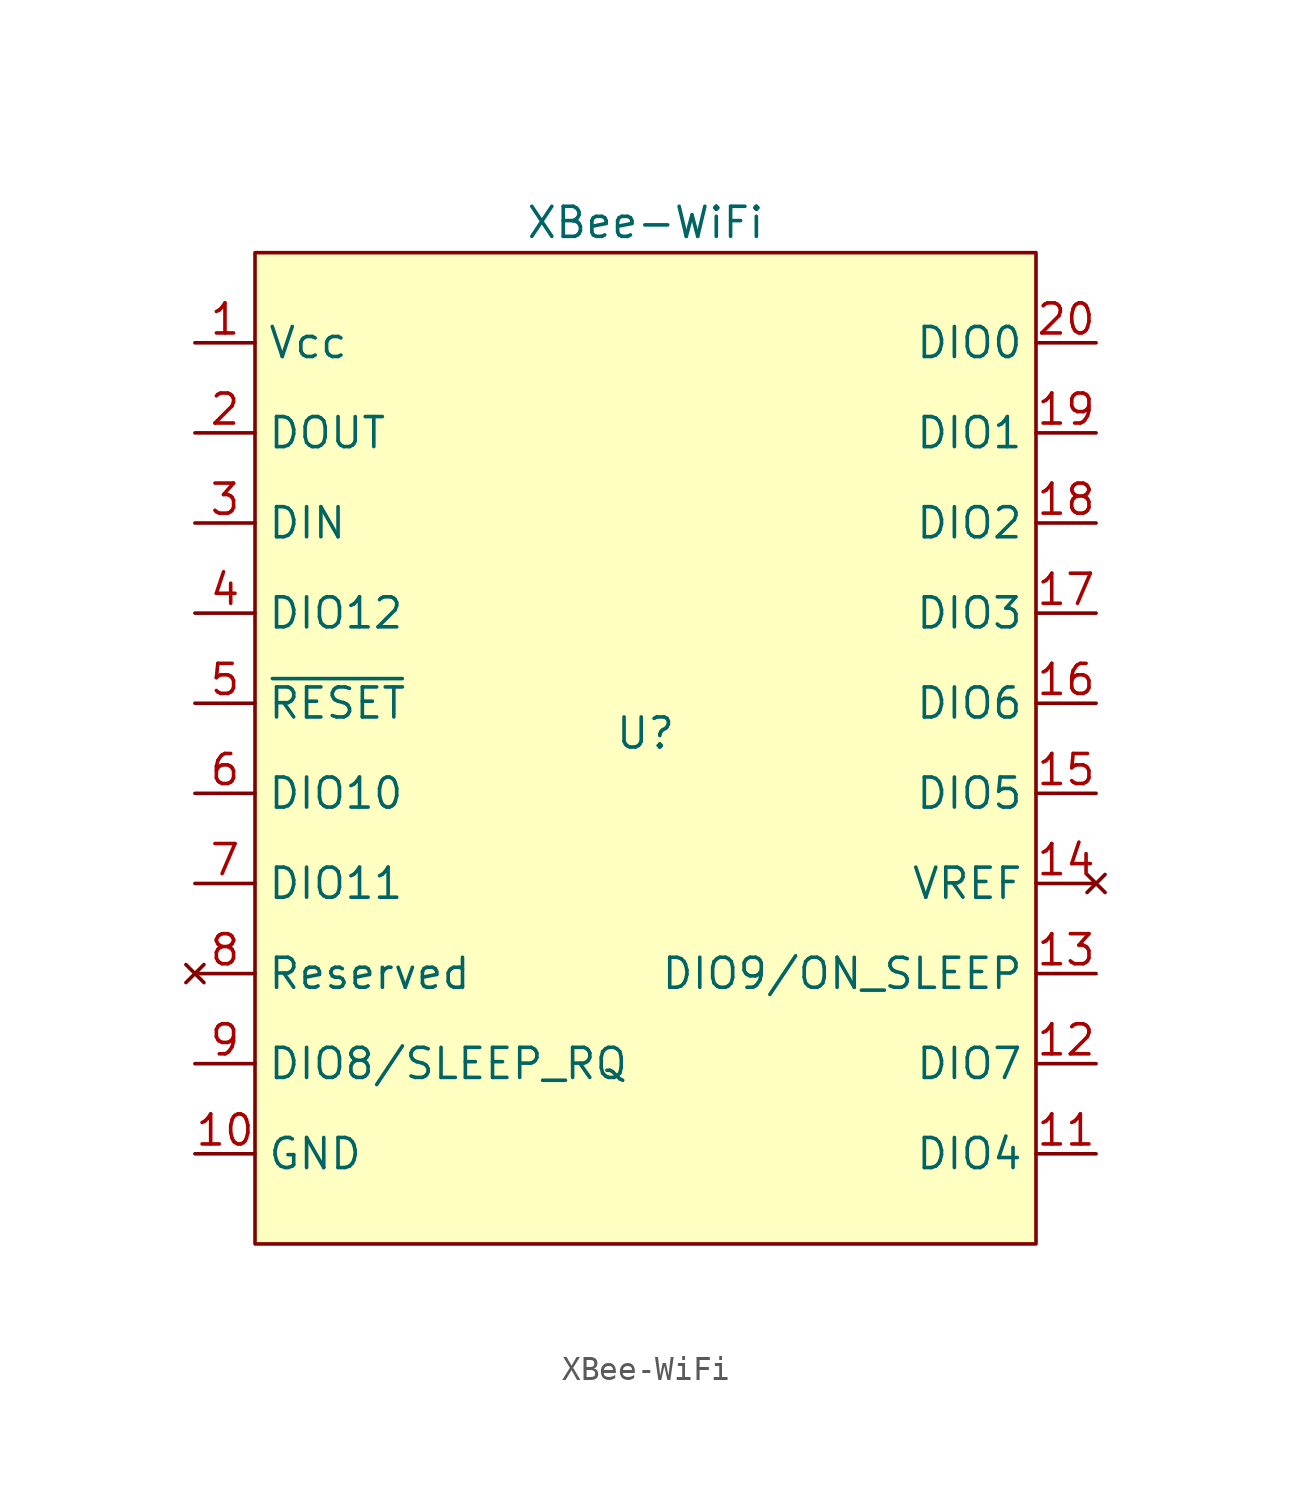
<source format=kicad_sym>
(kicad_symbol_lib
  (version 20211014)
  (generator kicad_symbol_editor)
  (symbol "XBee-WiFi"
    (property "Reference" "U"
      (at 0 0 0)
      (effects (font (size 1.27 1.27))))
    (property "Value" "XBee-WiFi"
      (at 0 21.59 0)
      (effects (font (size 1.27 1.27))))
    (symbol "XBee-WiFi_0_1"
      (rectangle (start -16.51 20.32) (end 16.51 -21.59) (stroke (width 0) (type default) (color 0 0 0 0)) (fill (type background))))
    (symbol "XBee-WiFi_1_1"
      (pin power_in line (at -19.05 16.51 0) (length 2.54) (name "Vcc" (effects (font (size 1.27 1.27)))) (number "1" (effects (font (size 1.27 1.27)))))
      (pin power_in line (at -19.05 -17.78 0) (length 2.54) (name "GND" (effects (font (size 1.27 1.27)))) (number "10" (effects (font (size 1.27 1.27)))))
      (pin output line (at 19.05 -17.78 180) (length 2.54) (name "DIO4" (effects (font (size 1.27 1.27)))) (number "11" (effects (font (size 1.27 1.27)))))
      (pin output line (at 19.05 -13.97 180) (length 2.54) (name "DIO7" (effects (font (size 1.27 1.27)))) (number "12" (effects (font (size 1.27 1.27)))))
      (pin output line (at 19.05 -10.16 180) (length 2.54) (name "DIO9/ON_SLEEP" (effects (font (size 1.27 1.27)))) (number "13" (effects (font (size 1.27 1.27)))))
      (pin no_connect line (at 19.05 -6.35 180) (length 2.54) (name "VREF" (effects (font (size 1.27 1.27)))) (number "14" (effects (font (size 1.27 1.27)))))
      (pin input line (at 19.05 -2.54 180) (length 2.54) (name "DIO5" (effects (font (size 1.27 1.27)))) (number "15" (effects (font (size 1.27 1.27)))))
      (pin input line (at 19.05 1.27 180) (length 2.54) (name "DIO6" (effects (font (size 1.27 1.27)))) (number "16" (effects (font (size 1.27 1.27)))))
      (pin input line (at 19.05 5.08 180) (length 2.54) (name "DIO3" (effects (font (size 1.27 1.27)))) (number "17" (effects (font (size 1.27 1.27)))))
      (pin input line (at 19.05 8.89 180) (length 2.54) (name "DIO2" (effects (font (size 1.27 1.27)))) (number "18" (effects (font (size 1.27 1.27)))))
      (pin input line (at 19.05 12.7 180) (length 2.54) (name "DIO1" (effects (font (size 1.27 1.27)))) (number "19" (effects (font (size 1.27 1.27)))))
      (pin output line (at -19.05 12.7 0) (length 2.54) (name "DOUT	" (effects (font (size 1.27 1.27)))) (number "2" (effects (font (size 1.27 1.27)))))
      (pin bidirectional line (at 19.05 16.51 180) (length 2.54) (name "DIO0" (effects (font (size 1.27 1.27)))) (number "20" (effects (font (size 1.27 1.27)))))
      (pin input line (at -19.05 8.89 0) (length 2.54) (name "DIN" (effects (font (size 1.27 1.27)))) (number "3" (effects (font (size 1.27 1.27)))))
      (pin bidirectional line (at -19.05 5.08 0) (length 2.54) (name "DIO12" (effects (font (size 1.27 1.27)))) (number "4" (effects (font (size 1.27 1.27)))))
      (pin input line (at -19.05 1.27 0) (length 2.54) (name "~{RESET}" (effects (font (size 1.27 1.27)))) (number "5" (effects (font (size 1.27 1.27)))))
      (pin output line (at -19.05 -2.54 0) (length 2.54) (name "DIO10" (effects (font (size 1.27 1.27)))) (number "6" (effects (font (size 1.27 1.27)))))
      (pin output line (at -19.05 -6.35 0) (length 2.54) (name "DIO11" (effects (font (size 1.27 1.27)))) (number "7" (effects (font (size 1.27 1.27)))))
      (pin no_connect line (at -19.05 -10.16 0) (length 2.54) (name "Reserved" (effects (font (size 1.27 1.27)))) (number "8" (effects (font (size 1.27 1.27)))))
      (pin input line (at -19.05 -13.97 0) (length 2.54) (name "DIO8/SLEEP_RQ" (effects (font (size 1.27 1.27)))) (number "9" (effects (font (size 1.27 1.27))))))))
</source>
